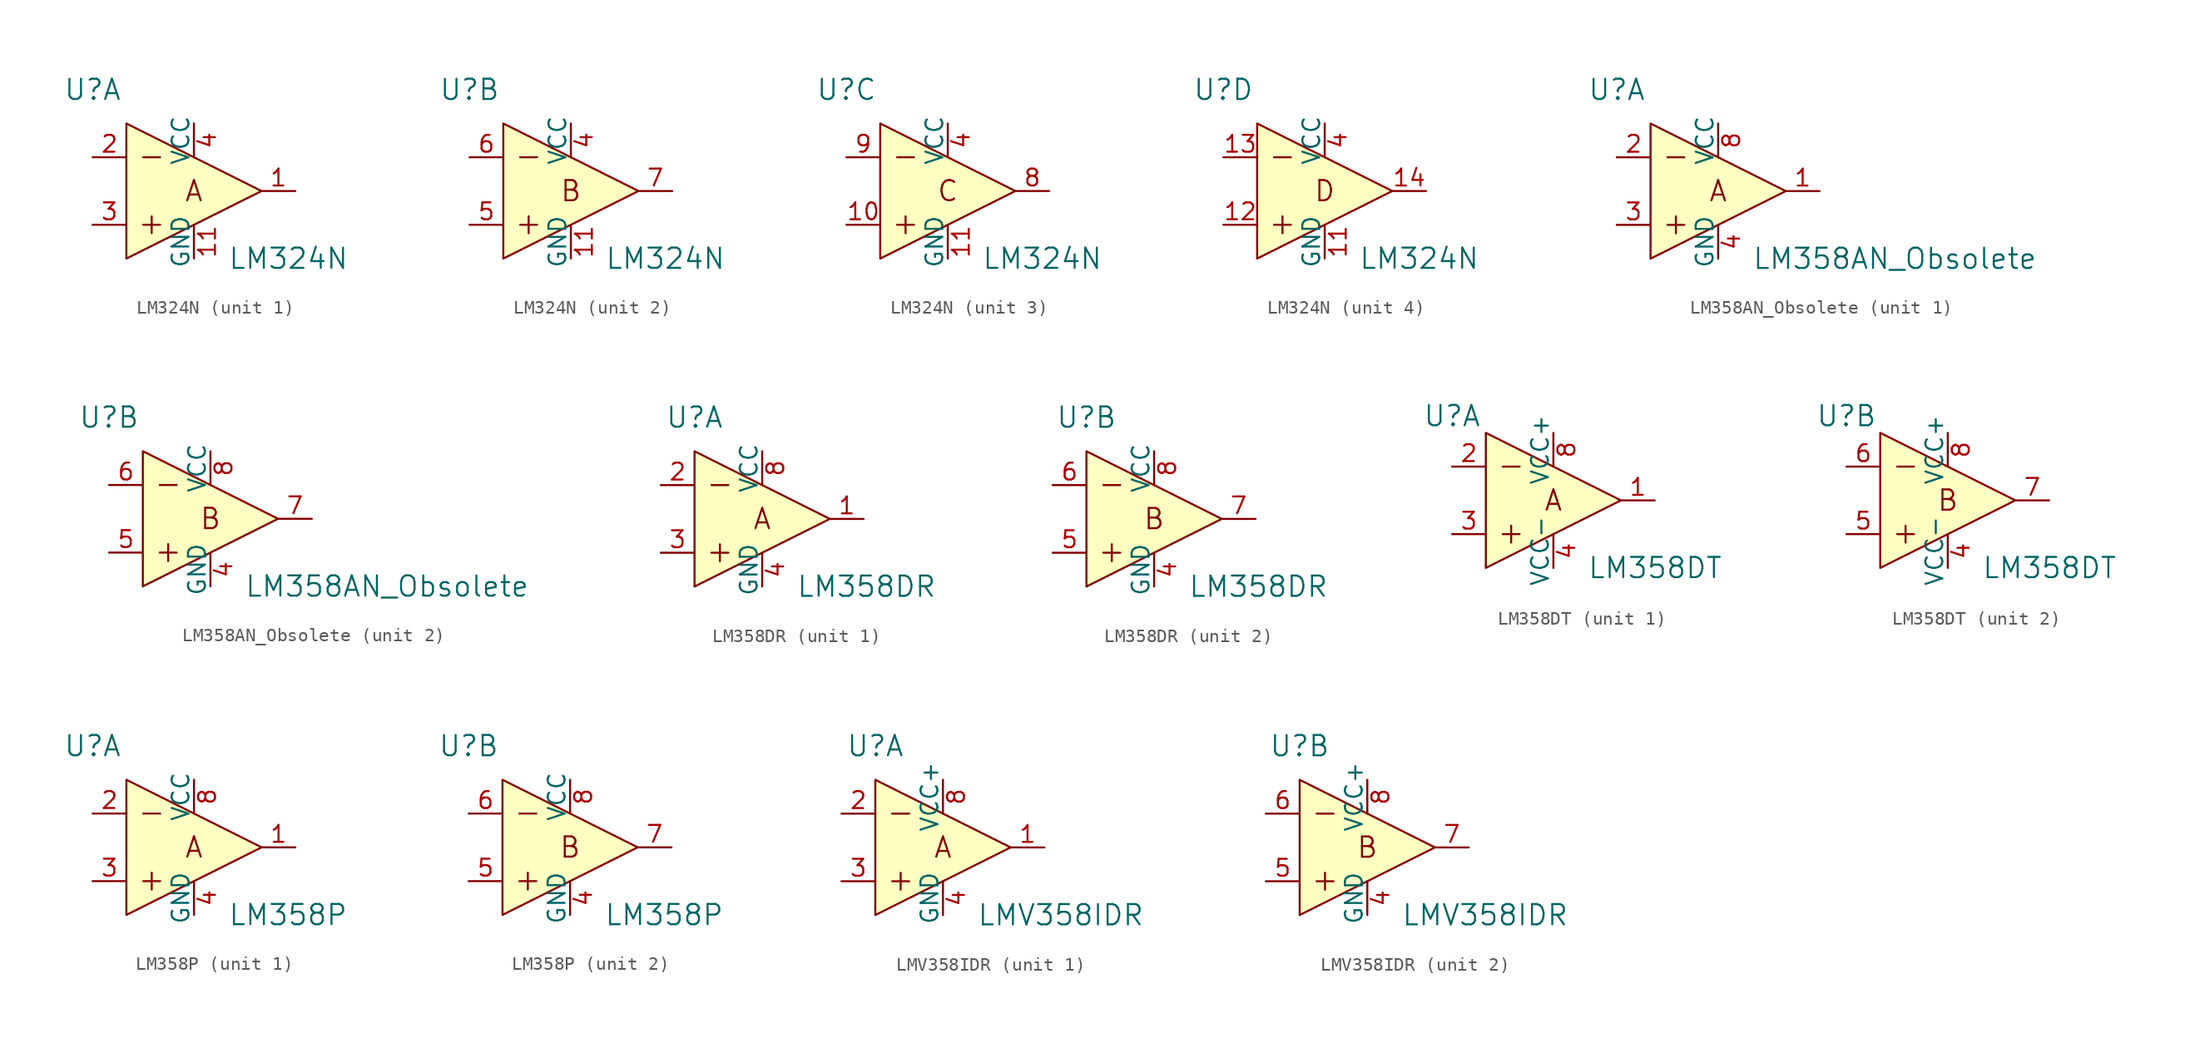
<source format=kicad_sym>
(kicad_symbol_lib
  (version 20201005)
  (generator kicad_symbol_editor)
  (symbol "LM324N"
    (pin_names
      (offset 0))
    (property "Reference" "U"
      (at -7.62 7.62 0)
      (effects (font (size 1.524 1.524))))
    (property "Value" "LM324N"
      (at 2.54 -5.08 0)
      (effects (font (size 1.524 1.524)) (justify left)))
    (property "ki_locked" ""
      (at 0 0 0)
      (effects (font (size 1.27 1.27))))
    (symbol "LM324N_0_0"
      (polyline (pts (xy -3.81 -2.54) (xy -2.54 -2.54)) (stroke (width 0)) (fill (type none)))
      (polyline (pts (xy -3.81 2.54) (xy -2.54 2.54)) (stroke (width 0)) (fill (type none)))
      (polyline (pts (xy -3.175 -1.905) (xy -3.175 -3.175)) (stroke (width 0)) (fill (type none)))
      (polyline (pts (xy -5.08 5.08) (xy -5.08 -5.08) (xy 5.08 0) (xy -5.08 5.08)) (stroke (width 0)) (fill (type background))))
    (symbol "LM324N_1_0"
      (text "A" (at 0 0 0) (effects (font (size 1.524 1.524)))))
    (symbol "LM324N_1_1"
      (pin output line (at 7.62 0 180) (length 2.54) (name "~" (effects (font (size 1.27 1.27)))) (number "1" (effects (font (size 1.27 1.27)))))
      (pin input line (at -7.62 2.54 0) (length 2.54) (name "~" (effects (font (size 1.27 1.27)))) (number "2" (effects (font (size 1.27 1.27)))))
      (pin input line (at -7.62 -2.54 0) (length 2.54) (name "~" (effects (font (size 1.27 1.27)))) (number "3" (effects (font (size 1.27 1.27)))))
      (pin power_in line (at 0 5.08 270) (length 2.54) (name "VCC" (effects (font (size 1.27 1.27)))) (number "4" (effects (font (size 1.27 1.27)))))
      (pin power_in line (at 0 -5.08 90) (length 2.54) (name "GND" (effects (font (size 1.27 1.27)))) (number "11" (effects (font (size 1.27 1.27))))))
    (symbol "LM324N_2_0"
      (text "B" (at 0 0 0) (effects (font (size 1.524 1.524)))))
    (symbol "LM324N_2_1"
      (pin power_in line (at 0 5.08 270) (length 2.54) (name "VCC" (effects (font (size 1.27 1.27)))) (number "4" (effects (font (size 1.27 1.27)))))
      (pin input line (at -7.62 -2.54 0) (length 2.54) (name "~" (effects (font (size 1.27 1.27)))) (number "5" (effects (font (size 1.27 1.27)))))
      (pin input line (at -7.62 2.54 0) (length 2.54) (name "~" (effects (font (size 1.27 1.27)))) (number "6" (effects (font (size 1.27 1.27)))))
      (pin output line (at 7.62 0 180) (length 2.54) (name "~" (effects (font (size 1.27 1.27)))) (number "7" (effects (font (size 1.27 1.27)))))
      (pin power_in line (at 0 -5.08 90) (length 2.54) (name "GND" (effects (font (size 1.27 1.27)))) (number "11" (effects (font (size 1.27 1.27))))))
    (symbol "LM324N_3_0"
      (text "C" (at 0 0 0) (effects (font (size 1.524 1.524)))))
    (symbol "LM324N_3_1"
      (pin power_in line (at 0 5.08 270) (length 2.54) (name "VCC" (effects (font (size 1.27 1.27)))) (number "4" (effects (font (size 1.27 1.27)))))
      (pin output line (at 7.62 0 180) (length 2.54) (name "~" (effects (font (size 1.27 1.27)))) (number "8" (effects (font (size 1.27 1.27)))))
      (pin input line (at -7.62 2.54 0) (length 2.54) (name "~" (effects (font (size 1.27 1.27)))) (number "9" (effects (font (size 1.27 1.27)))))
      (pin input line (at -7.62 -2.54 0) (length 2.54) (name "~" (effects (font (size 1.27 1.27)))) (number "10" (effects (font (size 1.27 1.27)))))
      (pin power_in line (at 0 -5.08 90) (length 2.54) (name "GND" (effects (font (size 1.27 1.27)))) (number "11" (effects (font (size 1.27 1.27))))))
    (symbol "LM324N_4_0"
      (text "D" (at 0 0 0) (effects (font (size 1.524 1.524)))))
    (symbol "LM324N_4_1"
      (pin power_in line (at 0 5.08 270) (length 2.54) (name "VCC" (effects (font (size 1.27 1.27)))) (number "4" (effects (font (size 1.27 1.27)))))
      (pin power_in line (at 0 -5.08 90) (length 2.54) (name "GND" (effects (font (size 1.27 1.27)))) (number "11" (effects (font (size 1.27 1.27)))))
      (pin input line (at -7.62 -2.54 0) (length 2.54) (name "~" (effects (font (size 1.27 1.27)))) (number "12" (effects (font (size 1.27 1.27)))))
      (pin input line (at -7.62 2.54 0) (length 2.54) (name "~" (effects (font (size 1.27 1.27)))) (number "13" (effects (font (size 1.27 1.27)))))
      (pin output line (at 7.62 0 180) (length 2.54) (name "~" (effects (font (size 1.27 1.27)))) (number "14" (effects (font (size 1.27 1.27)))))))
  (symbol "LM358AN_Obsolete"
    (pin_names
      (offset 0))
    (property "Reference" "U"
      (at -7.62 7.62 0)
      (effects (font (size 1.524 1.524))))
    (property "Value" "LM358AN_Obsolete"
      (at 2.54 -5.08 0)
      (effects (font (size 1.524 1.524)) (justify left)))
    (property "ki_locked" ""
      (at 0 0 0)
      (effects (font (size 1.27 1.27))))
    (symbol "LM358AN_Obsolete_0_1"
      (polyline (pts (xy -3.81 -2.54) (xy -2.54 -2.54)) (stroke (width 0)) (fill (type none)))
      (polyline (pts (xy -3.81 2.54) (xy -2.54 2.54)) (stroke (width 0)) (fill (type none)))
      (polyline (pts (xy -3.175 -1.905) (xy -3.175 -3.175)) (stroke (width 0)) (fill (type none)))
      (polyline (pts (xy -5.08 5.08) (xy -5.08 -5.08) (xy 5.08 0) (xy -5.08 5.08)) (stroke (width 0)) (fill (type background))))
    (symbol "LM358AN_Obsolete_1_0"
      (text "A" (at 0 0 0) (effects (font (size 1.524 1.524)))))
    (symbol "LM358AN_Obsolete_1_1"
      (pin output line (at 7.62 0 180) (length 2.54) (name "~" (effects (font (size 1.27 1.27)))) (number "1" (effects (font (size 1.27 1.27)))))
      (pin input line (at -7.62 2.54 0) (length 2.54) (name "~" (effects (font (size 1.27 1.27)))) (number "2" (effects (font (size 1.27 1.27)))))
      (pin input line (at -7.62 -2.54 0) (length 2.54) (name "~" (effects (font (size 1.27 1.27)))) (number "3" (effects (font (size 1.27 1.27)))))
      (pin power_in line (at 0 -5.08 90) (length 2.54) (name "GND" (effects (font (size 1.27 1.27)))) (number "4" (effects (font (size 1.27 1.27)))))
      (pin power_in line (at 0 5.08 270) (length 2.54) (name "VCC" (effects (font (size 1.27 1.27)))) (number "8" (effects (font (size 1.27 1.27))))))
    (symbol "LM358AN_Obsolete_2_0"
      (text "B" (at 0 0 0) (effects (font (size 1.524 1.524)))))
    (symbol "LM358AN_Obsolete_2_1"
      (pin power_in line (at 0 -5.08 90) (length 2.54) (name "GND" (effects (font (size 1.27 1.27)))) (number "4" (effects (font (size 1.27 1.27)))))
      (pin input line (at -7.62 -2.54 0) (length 2.54) (name "~" (effects (font (size 1.27 1.27)))) (number "5" (effects (font (size 1.27 1.27)))))
      (pin input line (at -7.62 2.54 0) (length 2.54) (name "~" (effects (font (size 1.27 1.27)))) (number "6" (effects (font (size 1.27 1.27)))))
      (pin output line (at 7.62 0 180) (length 2.54) (name "~" (effects (font (size 1.27 1.27)))) (number "7" (effects (font (size 1.27 1.27)))))
      (pin power_in line (at 0 5.08 270) (length 2.54) (name "VCC" (effects (font (size 1.27 1.27)))) (number "8" (effects (font (size 1.27 1.27)))))))
  (symbol "LM358DR"
    (pin_names
      (offset 0))
    (property "Reference" "U"
      (at -5.08 7.62 0)
      (effects (font (size 1.524 1.524))))
    (property "Value" "LM358DR"
      (at 2.54 -5.08 0)
      (effects (font (size 1.524 1.524)) (justify left)))
    (property "ki_locked" ""
      (at 0 0 0)
      (effects (font (size 1.27 1.27))))
    (symbol "LM358DR_0_0"
      (polyline (pts (xy -3.81 -2.54) (xy -2.54 -2.54)) (stroke (width 0)) (fill (type none)))
      (polyline (pts (xy -3.81 2.54) (xy -2.54 2.54)) (stroke (width 0)) (fill (type none)))
      (polyline (pts (xy -3.175 -1.905) (xy -3.175 -3.175)) (stroke (width 0)) (fill (type none)))
      (polyline (pts (xy -5.08 5.08) (xy -5.08 -5.08) (xy 5.08 0) (xy -5.08 5.08)) (stroke (width 0)) (fill (type background))))
    (symbol "LM358DR_1_0"
      (text "A" (at 0 0 0) (effects (font (size 1.524 1.524)))))
    (symbol "LM358DR_1_1"
      (pin output line (at 7.62 0 180) (length 2.54) (name "~" (effects (font (size 1.27 1.27)))) (number "1" (effects (font (size 1.27 1.27)))))
      (pin input line (at -7.62 2.54 0) (length 2.54) (name "~" (effects (font (size 1.27 1.27)))) (number "2" (effects (font (size 1.27 1.27)))))
      (pin input line (at -7.62 -2.54 0) (length 2.54) (name "~" (effects (font (size 1.27 1.27)))) (number "3" (effects (font (size 1.27 1.27)))))
      (pin power_in line (at 0 -5.08 90) (length 2.54) (name "GND" (effects (font (size 1.27 1.27)))) (number "4" (effects (font (size 1.27 1.27)))))
      (pin power_in line (at 0 5.08 270) (length 2.54) (name "VCC" (effects (font (size 1.27 1.27)))) (number "8" (effects (font (size 1.27 1.27))))))
    (symbol "LM358DR_2_0"
      (text "B" (at 0 0 0) (effects (font (size 1.524 1.524)))))
    (symbol "LM358DR_2_1"
      (pin power_in line (at 0 -5.08 90) (length 2.54) (name "GND" (effects (font (size 1.27 1.27)))) (number "4" (effects (font (size 1.27 1.27)))))
      (pin input line (at -7.62 -2.54 0) (length 2.54) (name "~" (effects (font (size 1.27 1.27)))) (number "5" (effects (font (size 1.27 1.27)))))
      (pin input line (at -7.62 2.54 0) (length 2.54) (name "~" (effects (font (size 1.27 1.27)))) (number "6" (effects (font (size 1.27 1.27)))))
      (pin output line (at 7.62 0 180) (length 2.54) (name "~" (effects (font (size 1.27 1.27)))) (number "7" (effects (font (size 1.27 1.27)))))
      (pin power_in line (at 0 5.08 270) (length 2.54) (name "VCC" (effects (font (size 1.27 1.27)))) (number "8" (effects (font (size 1.27 1.27)))))))
  (symbol "LM358DT"
    (pin_names
      (offset 0))
    (property "Reference" "U"
      (at -7.62 6.35 0)
      (effects (font (size 1.524 1.524))))
    (property "Value" "LM358DT"
      (at 2.54 -5.08 0)
      (effects (font (size 1.524 1.524)) (justify left)))
    (property "ki_locked" ""
      (at 0 0 0)
      (effects (font (size 1.27 1.27))))
    (symbol "LM358DT_0_1"
      (polyline (pts (xy -3.81 -2.54) (xy -2.54 -2.54)) (stroke (width 0)) (fill (type none)))
      (polyline (pts (xy -3.81 2.54) (xy -2.54 2.54)) (stroke (width 0)) (fill (type none)))
      (polyline (pts (xy -3.175 -1.905) (xy -3.175 -3.175)) (stroke (width 0)) (fill (type none)))
      (polyline (pts (xy -5.08 5.08) (xy -5.08 -5.08) (xy 5.08 0) (xy -5.08 5.08)) (stroke (width 0)) (fill (type background))))
    (symbol "LM358DT_1_0"
      (text "A" (at 0 0 0) (effects (font (size 1.524 1.524)))))
    (symbol "LM358DT_1_1"
      (pin output line (at 7.62 0 180) (length 2.54) (name "~" (effects (font (size 1.27 1.27)))) (number "1" (effects (font (size 1.27 1.27)))))
      (pin input line (at -7.62 2.54 0) (length 2.54) (name "~" (effects (font (size 1.27 1.27)))) (number "2" (effects (font (size 1.27 1.27)))))
      (pin input line (at -7.62 -2.54 0) (length 2.54) (name "~" (effects (font (size 1.27 1.27)))) (number "3" (effects (font (size 1.27 1.27)))))
      (pin power_in line (at 0 -5.08 90) (length 2.54) (name "VCC-" (effects (font (size 1.27 1.27)))) (number "4" (effects (font (size 1.27 1.27)))))
      (pin power_in line (at 0 5.08 270) (length 2.54) (name "VCC+" (effects (font (size 1.27 1.27)))) (number "8" (effects (font (size 1.27 1.27))))))
    (symbol "LM358DT_2_0"
      (text "B" (at 0 0 0) (effects (font (size 1.524 1.524)))))
    (symbol "LM358DT_2_1"
      (pin power_in line (at 0 -5.08 90) (length 2.54) (name "VCC-" (effects (font (size 1.27 1.27)))) (number "4" (effects (font (size 1.27 1.27)))))
      (pin input line (at -7.62 -2.54 0) (length 2.54) (name "~" (effects (font (size 1.27 1.27)))) (number "5" (effects (font (size 1.27 1.27)))))
      (pin input line (at -7.62 2.54 0) (length 2.54) (name "~" (effects (font (size 1.27 1.27)))) (number "6" (effects (font (size 1.27 1.27)))))
      (pin output line (at 7.62 0 180) (length 2.54) (name "~" (effects (font (size 1.27 1.27)))) (number "7" (effects (font (size 1.27 1.27)))))
      (pin power_in line (at 0 5.08 270) (length 2.54) (name "VCC+" (effects (font (size 1.27 1.27)))) (number "8" (effects (font (size 1.27 1.27)))))))
  (symbol "LM358P"
    (pin_names
      (offset 0))
    (property "Reference" "U"
      (at -7.62 7.62 0)
      (effects (font (size 1.524 1.524))))
    (property "Value" "LM358P"
      (at 2.54 -5.08 0)
      (effects (font (size 1.524 1.524)) (justify left)))
    (property "ki_locked" ""
      (at 0 0 0)
      (effects (font (size 1.27 1.27))))
    (symbol "LM358P_0_1"
      (polyline (pts (xy -3.81 -2.54) (xy -2.54 -2.54)) (stroke (width 0)) (fill (type none)))
      (polyline (pts (xy -3.81 2.54) (xy -2.54 2.54)) (stroke (width 0)) (fill (type none)))
      (polyline (pts (xy -3.175 -1.905) (xy -3.175 -3.175)) (stroke (width 0)) (fill (type none)))
      (polyline (pts (xy -5.08 5.08) (xy -5.08 -5.08) (xy 5.08 0) (xy -5.08 5.08)) (stroke (width 0)) (fill (type background))))
    (symbol "LM358P_1_0"
      (text "A" (at 0 0 0) (effects (font (size 1.524 1.524)))))
    (symbol "LM358P_1_1"
      (pin output line (at 7.62 0 180) (length 2.54) (name "~" (effects (font (size 1.27 1.27)))) (number "1" (effects (font (size 1.27 1.27)))))
      (pin input line (at -7.62 2.54 0) (length 2.54) (name "~" (effects (font (size 1.27 1.27)))) (number "2" (effects (font (size 1.27 1.27)))))
      (pin input line (at -7.62 -2.54 0) (length 2.54) (name "~" (effects (font (size 1.27 1.27)))) (number "3" (effects (font (size 1.27 1.27)))))
      (pin power_in line (at 0 -5.08 90) (length 2.54) (name "GND" (effects (font (size 1.27 1.27)))) (number "4" (effects (font (size 1.27 1.27)))))
      (pin power_in line (at 0 5.08 270) (length 2.54) (name "VCC" (effects (font (size 1.27 1.27)))) (number "8" (effects (font (size 1.27 1.27))))))
    (symbol "LM358P_2_0"
      (text "B" (at 0 0 0) (effects (font (size 1.524 1.524)))))
    (symbol "LM358P_2_1"
      (pin power_in line (at 0 -5.08 90) (length 2.54) (name "GND" (effects (font (size 1.27 1.27)))) (number "4" (effects (font (size 1.27 1.27)))))
      (pin input line (at -7.62 -2.54 0) (length 2.54) (name "~" (effects (font (size 1.27 1.27)))) (number "5" (effects (font (size 1.27 1.27)))))
      (pin input line (at -7.62 2.54 0) (length 2.54) (name "~" (effects (font (size 1.27 1.27)))) (number "6" (effects (font (size 1.27 1.27)))))
      (pin output line (at 7.62 0 180) (length 2.54) (name "~" (effects (font (size 1.27 1.27)))) (number "7" (effects (font (size 1.27 1.27)))))
      (pin power_in line (at 0 5.08 270) (length 2.54) (name "VCC" (effects (font (size 1.27 1.27)))) (number "8" (effects (font (size 1.27 1.27)))))))
  (symbol "LMV358IDR"
    (pin_names
      (offset 0))
    (property "Reference" "U"
      (at -5.08 7.62 0)
      (effects (font (size 1.524 1.524))))
    (property "Value" "LMV358IDR"
      (at 2.54 -5.08 0)
      (effects (font (size 1.524 1.524)) (justify left)))
    (property "ki_locked" ""
      (at 0 0 0)
      (effects (font (size 1.27 1.27))))
    (symbol "LMV358IDR_0_0"
      (polyline (pts (xy -3.81 -2.54) (xy -2.54 -2.54)) (stroke (width 0)) (fill (type none)))
      (polyline (pts (xy -3.81 2.54) (xy -2.54 2.54)) (stroke (width 0)) (fill (type none)))
      (polyline (pts (xy -3.175 -1.905) (xy -3.175 -3.175)) (stroke (width 0)) (fill (type none)))
      (polyline (pts (xy -5.08 5.08) (xy -5.08 -5.08) (xy 5.08 0) (xy -5.08 5.08)) (stroke (width 0)) (fill (type background))))
    (symbol "LMV358IDR_1_0"
      (text "A" (at 0 0 0) (effects (font (size 1.524 1.524)))))
    (symbol "LMV358IDR_1_1"
      (pin output line (at 7.62 0 180) (length 2.54) (name "~" (effects (font (size 1.27 1.27)))) (number "1" (effects (font (size 1.27 1.27)))))
      (pin input line (at -7.62 2.54 0) (length 2.54) (name "~" (effects (font (size 1.27 1.27)))) (number "2" (effects (font (size 1.27 1.27)))))
      (pin input line (at -7.62 -2.54 0) (length 2.54) (name "~" (effects (font (size 1.27 1.27)))) (number "3" (effects (font (size 1.27 1.27)))))
      (pin power_in line (at 0 -5.08 90) (length 2.54) (name "GND" (effects (font (size 1.27 1.27)))) (number "4" (effects (font (size 1.27 1.27)))))
      (pin power_in line (at 0 5.08 270) (length 2.54) (name "VCC+" (effects (font (size 1.27 1.27)))) (number "8" (effects (font (size 1.27 1.27))))))
    (symbol "LMV358IDR_2_0"
      (text "B" (at 0 0 0) (effects (font (size 1.524 1.524)))))
    (symbol "LMV358IDR_2_1"
      (pin power_in line (at 0 -5.08 90) (length 2.54) (name "GND" (effects (font (size 1.27 1.27)))) (number "4" (effects (font (size 1.27 1.27)))))
      (pin input line (at -7.62 -2.54 0) (length 2.54) (name "~" (effects (font (size 1.27 1.27)))) (number "5" (effects (font (size 1.27 1.27)))))
      (pin input line (at -7.62 2.54 0) (length 2.54) (name "~" (effects (font (size 1.27 1.27)))) (number "6" (effects (font (size 1.27 1.27)))))
      (pin output line (at 7.62 0 180) (length 2.54) (name "~" (effects (font (size 1.27 1.27)))) (number "7" (effects (font (size 1.27 1.27)))))
      (pin power_in line (at 0 5.08 270) (length 2.54) (name "VCC+" (effects (font (size 1.27 1.27)))) (number "8" (effects (font (size 1.27 1.27))))))))
</source>
